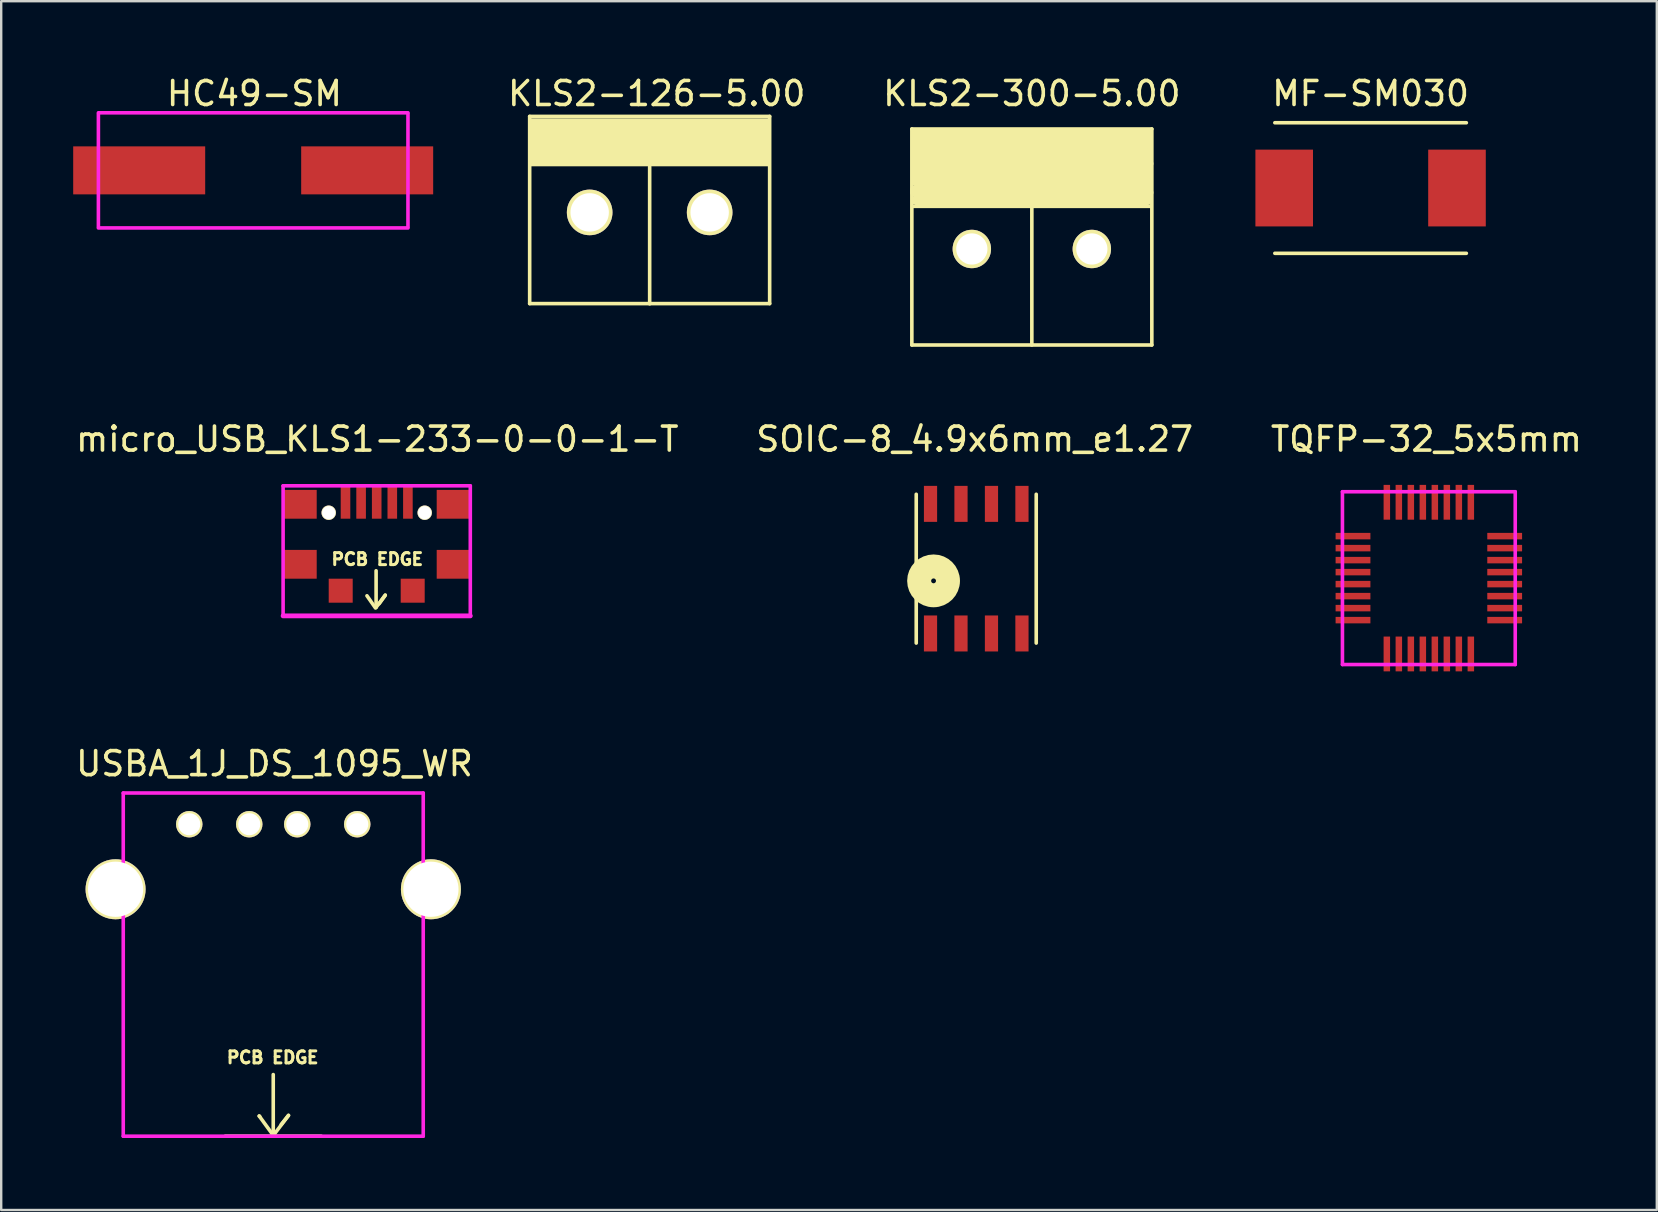
<source format=kicad_pcb>
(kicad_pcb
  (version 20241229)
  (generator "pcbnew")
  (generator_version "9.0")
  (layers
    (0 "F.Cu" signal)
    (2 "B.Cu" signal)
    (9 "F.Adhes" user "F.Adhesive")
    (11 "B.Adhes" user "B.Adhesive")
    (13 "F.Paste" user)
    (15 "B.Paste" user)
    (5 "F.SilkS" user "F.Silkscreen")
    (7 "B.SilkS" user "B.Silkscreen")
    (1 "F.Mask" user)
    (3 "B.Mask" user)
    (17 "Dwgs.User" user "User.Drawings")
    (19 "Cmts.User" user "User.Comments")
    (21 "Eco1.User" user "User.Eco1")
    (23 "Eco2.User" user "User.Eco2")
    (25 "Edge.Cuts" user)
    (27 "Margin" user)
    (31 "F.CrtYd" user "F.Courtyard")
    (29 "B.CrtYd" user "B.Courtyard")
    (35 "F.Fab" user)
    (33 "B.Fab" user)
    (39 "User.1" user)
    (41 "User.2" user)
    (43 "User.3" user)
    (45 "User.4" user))
  (footprint "KLS2-126-5.00"
    (layer "F.Cu")
    (at 21.521 5.801)
    (property "Reference" "KLS2-126-5.00" (at 2.794 -4.953 0) (layer "F.SilkS") (effects (font (size 1 1) (thickness 0.15))))
    (attr through_hole)
    (fp_line (start -2.5 -4) (end -2.5 3.8) (stroke (width 0.15) (type solid)) (layer "F.SilkS"))
    (fp_line (start -2.5 -4) (end 7.5 -4) (stroke (width 0.15) (type solid)) (layer "F.SilkS"))
    (fp_line (start -2.5 3.8) (end 7.5 3.8) (stroke (width 0.15) (type solid)) (layer "F.SilkS"))
    (fp_line (start 2.5 -1.905) (end 2.5 3.81) (stroke (width 0.15) (type solid)) (layer "F.SilkS"))
    (fp_line (start 7.5 3.8) (end 7.5 -4) (stroke (width 0.15) (type solid)) (layer "F.SilkS"))
    (pad "" connect rect (at 2.54 -2.921) (size 10 2) (layers "F.SilkS"))
    (pad "1" thru_hole circle (at 0 0) (size 1.9 1.9) (drill 1.6) (layers "*.Cu" "*.Mask" "F.SilkS"))
    (pad "2" thru_hole circle (at 5 0) (size 1.9 1.9) (drill 1.6) (layers "*.Cu" "*.Mask" "F.SilkS")))
  (footprint "KLS2-300-5.00"
    (layer "F.Cu")
    (at 39.946 7.325)
    (property "Reference" "KLS2-300-5.00" (at 0 -6.477 0) (layer "F.SilkS") (effects (font (size 1 1) (thickness 0.15))))
    (attr through_hole)
    (fp_line (start -5 -5) (end -5 4) (stroke (width 0.15) (type solid)) (layer "F.SilkS"))
    (fp_line (start -5 4) (end 5 4) (stroke (width 0.15) (type solid)) (layer "F.SilkS"))
    (fp_line (start -4.953 -1.778) (end 4.953 -1.778) (stroke (width 0.15) (type solid)) (layer "F.SilkS"))
    (fp_line (start -4.889 -2.477) (end 4.826 -2.477) (stroke (width 0.35) (type solid)) (layer "F.SilkS"))
    (fp_line (start -4.889 -2.349) (end 4.889 -2.349) (stroke (width 0.35) (type solid)) (layer "F.SilkS"))
    (fp_line (start -4.826 -4.826) (end 4.826 -4.826) (stroke (width 0.35) (type solid)) (layer "F.SilkS"))
    (fp_line (start -4.826 -4.508) (end -4.826 -4.826) (stroke (width 0.35) (type solid)) (layer "F.SilkS"))
    (fp_line (start -4.826 -4.255) (end 4.826 -4.255) (stroke (width 0.35) (type solid)) (layer "F.SilkS"))
    (fp_line (start -4.826 -4) (end -4.826 -4.255) (stroke (width 0.35) (type solid)) (layer "F.SilkS"))
    (fp_line (start -4.826 -3.81) (end 4.826 -3.81) (stroke (width 0.35) (type solid)) (layer "F.SilkS"))
    (fp_line (start -4.826 -3.619) (end -4.763 -3.683) (stroke (width 0.35) (type solid)) (layer "F.SilkS"))
    (fp_line (start -4.826 -3.302) (end -4.826 -3.619) (stroke (width 0.35) (type solid)) (layer "F.SilkS"))
    (fp_line (start -4.826 -3.048) (end 4.826 -3.048) (stroke (width 0.35) (type solid)) (layer "F.SilkS"))
    (fp_line (start -4.826 -2.794) (end -4.826 -3.048) (stroke (width 0.35) (type solid)) (layer "F.SilkS"))
    (fp_line (start -4.826 -2.032) (end 4.826 -2.032) (stroke (width 0.4) (type solid)) (layer "F.SilkS"))
    (fp_line (start 0 -1.778) (end 0 4) (stroke (width 0.15) (type solid)) (layer "F.SilkS"))
    (fp_line (start 4.826 -4.826) (end 4.826 -4.699) (stroke (width 0.35) (type solid)) (layer "F.SilkS"))
    (fp_line (start 4.826 -4.508) (end -4.826 -4.508) (stroke (width 0.35) (type solid)) (layer "F.SilkS"))
    (fp_line (start 4.826 -4.255) (end 4.826 -4.508) (stroke (width 0.35) (type solid)) (layer "F.SilkS"))
    (fp_line (start 4.826 -4) (end -4.826 -4) (stroke (width 0.35) (type solid)) (layer "F.SilkS"))
    (fp_line (start 4.826 -3.81) (end 4.826 -4) (stroke (width 0.35) (type solid)) (layer "F.SilkS"))
    (fp_line (start 4.826 -3.302) (end -4.826 -3.302) (stroke (width 0.35) (type solid)) (layer "F.SilkS"))
    (fp_line (start 4.826 -3.048) (end 4.826 -3.302) (stroke (width 0.35) (type solid)) (layer "F.SilkS"))
    (fp_line (start 4.826 -2.794) (end -4.826 -2.794) (stroke (width 0.35) (type solid)) (layer "F.SilkS"))
    (fp_line (start 4.826 -2.477) (end 4.826 -2.794) (stroke (width 0.35) (type solid)) (layer "F.SilkS"))
    (fp_line (start 4.889 -3.556) (end -4.826 -3.556) (stroke (width 0.35) (type solid)) (layer "F.SilkS"))
    (fp_line (start 5 -5) (end -5 -5) (stroke (width 0.15) (type solid)) (layer "F.SilkS"))
    (fp_line (start 5 4) (end 5 -5) (stroke (width 0.15) (type solid)) (layer "F.SilkS"))
    (pad "1" thru_hole circle (at -2.5 0) (size 1.6 1.6) (drill 1.3) (layers "*.Cu" "*.Mask" "F.SilkS"))
    (pad "2" thru_hole circle (at 2.5 0) (size 1.6 1.6) (drill 1.3) (layers "*.Cu" "*.Mask" "F.SilkS")))
  (footprint "micro_USB_KLS1-233-0-0-1-T"
    (layer "F.Cu")
    (at 12.647 22.614)
    (property "Reference" "micro_USB_KLS1-233-0-0-1-T" (at 0.025 -7.366 0) (layer "F.SilkS") (effects (font (size 1 1) (thickness 0.15))))
    (attr through_hole)
    (fp_line (start -0.051 -0.33) (end -0.406 -0.838) (stroke (width 0.15) (type solid)) (layer "F.SilkS"))
    (fp_line (start -0.025 -1.88) (end -0.025 -0.356) (stroke (width 0.15) (type solid)) (layer "F.SilkS"))
    (fp_line (start -0.025 -0.356) (end 0.356 -0.864) (stroke (width 0.15) (type solid)) (layer "F.SilkS"))
    (fp_line (start 0.356 -0.864) (end 0.102 -0.508) (stroke (width 0.15) (type solid)) (layer "F.SilkS"))
    (fp_line (start 1.702 0) (end -1.575 0) (stroke (width 0.15) (type solid)) (layer "F.SilkS"))
    (fp_line (start -3.9 -5.42) (end -3.9 0) (stroke (width 0.15) (type solid)) (layer "F.CrtYd"))
    (fp_line (start -3.9 0) (end 3.9 0) (stroke (width 0.2) (type solid)) (layer "F.CrtYd"))
    (fp_line (start 3.9 -5.42) (end -3.9 -5.42) (stroke (width 0.15) (type solid)) (layer "F.CrtYd"))
    (fp_line (start 3.9 0) (end 3.9 -5.42) (stroke (width 0.15) (type solid)) (layer "F.CrtYd"))
    (fp_text user "PCB EDGE" (at 0.025 -2.362 0) (layer "F.SilkS") (effects (font (size 0.5 0.5) (thickness 0.125))))
    (pad "0" smd rect (at -3.2 -4.65) (size 1.4 1.2) (layers "F.Cu" "F.Mask" "F.Paste"))
    (pad "0" smd rect (at -3.2 -2.15) (size 1.4 1.2) (layers "F.Cu" "F.Mask" "F.Paste"))
    (pad "0" thru_hole circle (at -2 -4.3) (size 0.6 0.6) (drill 0.55) (layers "*.Cu" "*.Mask" "F.SilkS"))
    (pad "0" smd rect (at -1.5 -1.05) (size 1 1) (layers "F.Cu" "F.Mask" "F.Paste"))
    (pad "0" smd rect (at 1.5 -1.05) (size 1 1) (layers "F.Cu" "F.Mask" "F.Paste"))
    (pad "0" thru_hole circle (at 2 -4.3) (size 0.6 0.6) (drill 0.55) (layers "*.Cu" "*.Mask" "F.SilkS"))
    (pad "0" smd rect (at 3.2 -4.65) (size 1.4 1.2) (layers "F.Cu" "F.Mask" "F.Paste"))
    (pad "0" smd rect (at 3.2 -2.15) (size 1.4 1.2) (layers "F.Cu" "F.Mask" "F.Paste"))
    (pad "1" smd rect (at -1.3 -4.75) (size 0.4 1.4) (layers "F.Cu" "F.Mask" "F.Paste"))
    (pad "2" smd rect (at -0.65 -4.75) (size 0.4 1.4) (layers "F.Cu" "F.Mask" "F.Paste"))
    (pad "3" smd rect (at 0 -4.75) (size 0.4 1.4) (layers "F.Cu" "F.Mask" "F.Paste"))
    (pad "4" smd rect (at 0.65 -4.75) (size 0.4 1.4) (layers "F.Cu" "F.Mask" "F.Paste"))
    (pad "5" smd rect (at 1.3 -4.75) (size 0.4 1.4) (layers "F.Cu" "F.Mask" "F.Paste")))
  (footprint "USBA_1J_DS_1095_WR"
    (layer "F.Cu")
    (at 8.336 34.005)
    (property "Reference" "USBA_1J_DS_1095_WR" (at 0.051 -5.232 0) (layer "F.SilkS") (effects (font (size 1 1) (thickness 0.15))))
    (attr through_hole)
    (fp_line (start -2 10.29) (end 2 10.29) (stroke (width 0.15) (type solid)) (layer "F.SilkS"))
    (fp_line (start -0.584 9.449) (end -0.559 9.474) (stroke (width 0.15) (type solid)) (layer "F.SilkS"))
    (fp_line (start 0 7.722) (end 0 10.262) (stroke (width 0.15) (type solid)) (layer "F.SilkS"))
    (fp_line (start 0 10.262) (end 0.635 9.423) (stroke (width 0.15) (type solid)) (layer "F.SilkS"))
    (fp_line (start 0.025 10.287) (end -0.584 9.449) (stroke (width 0.15) (type solid)) (layer "F.SilkS"))
    (fp_line (start 0.635 9.423) (end 0.33 9.804) (stroke (width 0.15) (type solid)) (layer "F.SilkS"))
    (fp_line (start -6.25 -4.01) (end 6.25 -4.01) (stroke (width 0.15) (type solid)) (layer "F.CrtYd"))
    (fp_line (start -6.25 10.29) (end -6.25 -4.01) (stroke (width 0.15) (type solid)) (layer "F.CrtYd"))
    (fp_line (start 6.25 -4.01) (end 6.25 10.29) (stroke (width 0.15) (type solid)) (layer "F.CrtYd"))
    (fp_line (start 6.25 10.29) (end -6.25 10.29) (stroke (width 0.15) (type solid)) (layer "F.CrtYd"))
    (fp_text user "PCB EDGE" (at -0.025 7.01 0) (layer "F.SilkS") (effects (font (size 0.5 0.5) (thickness 0.125))))
    (pad "0" thru_hole circle (at -6.57 0) (size 2.5 2.5) (drill 2.3) (layers "*.Cu" "*.Mask" "F.SilkS"))
    (pad "0" thru_hole circle (at 6.57 0) (size 2.5 2.5) (drill 2.3) (layers "*.Cu" "*.Mask" "F.SilkS"))
    (pad "1" thru_hole circle (at -3.5 -2.71) (size 1.1 1.1) (drill 0.92) (layers "*.Cu" "*.Mask" "F.SilkS"))
    (pad "2" thru_hole circle (at -1 -2.71) (size 1.1 1.1) (drill 0.92) (layers "*.Cu" "*.Mask" "F.SilkS"))
    (pad "3" thru_hole circle (at 1 -2.71) (size 1.1 1.1) (drill 0.92) (layers "*.Cu" "*.Mask" "F.SilkS"))
    (pad "4" thru_hole circle (at 3.5 -2.71) (size 1.1 1.1) (drill 0.92) (layers "*.Cu" "*.Mask" "F.SilkS")))
  (footprint "MF-SM030"
    (layer "F.Cu")
    (at 54.062 4.785)
    (property "Reference" "MF-SM030" (at 0 -3.937 0) (layer "F.SilkS") (effects (font (size 1 1) (thickness 0.15))))
    (attr through_hole)
    (fp_line (start -3.99 -2.72) (end 3.99 -2.72) (stroke (width 0.15) (type solid)) (layer "F.SilkS"))
    (fp_line (start -3.99 2.72) (end 3.99 2.72) (stroke (width 0.15) (type solid)) (layer "F.SilkS"))
    (pad "1" smd rect (at -3.6 0) (size 2.4 3.2) (layers "F.Cu" "F.Mask" "F.Paste"))
    (pad "2" smd rect (at 3.6 0) (size 2.4 3.2) (layers "F.Cu" "F.Mask" "F.Paste")))
  (footprint "TQFP-32_5x5mm"
    (layer "F.Cu")
    (at 56.489 21.04)
    (property "Reference" "TQFP-32_5x5mm" (at -0.102 -5.791 0) (layer "F.SilkS") (effects (font (size 1 1) (thickness 0.15))))
    (attr through_hole)
    (fp_line (start -3.6 -3.6) (end 3.6 -3.6) (stroke (width 0.15) (type solid)) (layer "F.CrtYd"))
    (fp_line (start -3.6 3.6) (end -3.6 -3.6) (stroke (width 0.15) (type solid)) (layer "F.CrtYd"))
    (fp_line (start 3.6 -3.6) (end 3.6 3.6) (stroke (width 0.15) (type solid)) (layer "F.CrtYd"))
    (fp_line (start 3.6 3.6) (end -3.6 3.6) (stroke (width 0.15) (type solid)) (layer "F.CrtYd"))
    (pad "1" smd rect (at -1.75 3.16) (size 0.27 1.45) (layers "F.Cu" "F.Mask" "F.Paste"))
    (pad "2" smd rect (at -1.25 3.16) (size 0.27 1.45) (layers "F.Cu" "F.Mask" "F.Paste"))
    (pad "3" smd rect (at -0.75 3.16) (size 0.27 1.45) (layers "F.Cu" "F.Mask" "F.Paste"))
    (pad "4" smd rect (at -0.25 3.16) (size 0.27 1.45) (layers "F.Cu" "F.Mask" "F.Paste"))
    (pad "5" smd rect (at 0.25 3.16) (size 0.27 1.45) (layers "F.Cu" "F.Mask" "F.Paste"))
    (pad "6" smd rect (at 0.75 3.16) (size 0.27 1.45) (layers "F.Cu" "F.Mask" "F.Paste"))
    (pad "7" smd rect (at 1.25 3.16) (size 0.27 1.45) (layers "F.Cu" "F.Mask" "F.Paste"))
    (pad "8" smd rect (at 1.75 3.16) (size 0.27 1.45) (layers "F.Cu" "F.Mask" "F.Paste"))
    (pad "9" smd rect (at 3.16 1.75 90) (size 0.27 1.45) (layers "F.Cu" "F.Mask" "F.Paste"))
    (pad "10" smd rect (at 3.16 1.25 90) (size 0.27 1.45) (layers "F.Cu" "F.Mask" "F.Paste"))
    (pad "11" smd rect (at 3.16 0.75 90) (size 0.27 1.45) (layers "F.Cu" "F.Mask" "F.Paste"))
    (pad "12" smd rect (at 3.16 0.25 90) (size 0.27 1.45) (layers "F.Cu" "F.Mask" "F.Paste"))
    (pad "13" smd rect (at 3.16 -0.25 90) (size 0.27 1.45) (layers "F.Cu" "F.Mask" "F.Paste"))
    (pad "14" smd rect (at 3.16 -0.75 90) (size 0.27 1.45) (layers "F.Cu" "F.Mask" "F.Paste"))
    (pad "15" smd rect (at 3.16 -1.25 90) (size 0.27 1.45) (layers "F.Cu" "F.Mask" "F.Paste"))
    (pad "16" smd rect (at 3.16 -1.75 90) (size 0.27 1.45) (layers "F.Cu" "F.Mask" "F.Paste"))
    (pad "17" smd rect (at 1.75 -3.16) (size 0.27 1.45) (layers "F.Cu" "F.Mask" "F.Paste"))
    (pad "18" smd rect (at 1.25 -3.16) (size 0.27 1.45) (layers "F.Cu" "F.Mask" "F.Paste"))
    (pad "19" smd rect (at 0.75 -3.16) (size 0.27 1.45) (layers "F.Cu" "F.Mask" "F.Paste"))
    (pad "20" smd rect (at 0.25 -3.16) (size 0.27 1.45) (layers "F.Cu" "F.Mask" "F.Paste"))
    (pad "21" smd rect (at -0.25 -3.16) (size 0.27 1.45) (layers "F.Cu" "F.Mask" "F.Paste"))
    (pad "22" smd rect (at -0.75 -3.16) (size 0.27 1.45) (layers "F.Cu" "F.Mask" "F.Paste"))
    (pad "23" smd rect (at -1.25 -3.16) (size 0.27 1.45) (layers "F.Cu" "F.Mask" "F.Paste"))
    (pad "24" smd rect (at -1.75 -3.16) (size 0.27 1.45) (layers "F.Cu" "F.Mask" "F.Paste"))
    (pad "25" smd rect (at -3.16 -1.75 90) (size 0.27 1.45) (layers "F.Cu" "F.Mask" "F.Paste"))
    (pad "26" smd rect (at -3.16 -1.25 90) (size 0.27 1.45) (layers "F.Cu" "F.Mask" "F.Paste"))
    (pad "27" smd rect (at -3.16 -0.75 90) (size 0.27 1.45) (layers "F.Cu" "F.Mask" "F.Paste"))
    (pad "28" smd rect (at -3.16 -0.25 90) (size 0.27 1.45) (layers "F.Cu" "F.Mask" "F.Paste"))
    (pad "29" smd rect (at -3.16 0.25 90) (size 0.27 1.45) (layers "F.Cu" "F.Mask" "F.Paste"))
    (pad "30" smd rect (at -3.16 0.75 90) (size 0.27 1.45) (layers "F.Cu" "F.Mask" "F.Paste"))
    (pad "31" smd rect (at -3.16 1.25 90) (size 0.27 1.45) (layers "F.Cu" "F.Mask" "F.Paste"))
    (pad "32" smd rect (at -3.16 1.75 90) (size 0.27 1.45) (layers "F.Cu" "F.Mask" "F.Paste")))
  (footprint "SOIC-8_4.9x6mm_e1.27"
    (layer "F.Cu")
    (at 37.629 20.646)
    (property "Reference" "SOIC-8_4.9x6mm_e1.27" (at -0.064 -5.397 0) (layer "F.SilkS") (effects (font (size 1 1) (thickness 0.15))))
    (attr through_hole)
    (fp_line (start -2.5 3.1) (end -2.5 -3.1) (stroke (width 0.15) (type solid)) (layer "F.SilkS"))
    (fp_line (start 2.5 -3.1) (end 2.5 3.1) (stroke (width 0.15) (type solid)) (layer "F.SilkS"))
    (fp_circle (center -1.778 0.508) (end -1.678 0.518) (stroke (width 1) (type solid)) (fill no) (layer "F.SilkS"))
    (pad "1" smd rect (at -1.905 2.7) (size 0.55 1.5) (layers "F.Cu" "F.Mask" "F.Paste"))
    (pad "2" smd rect (at -0.635 2.7) (size 0.55 1.5) (layers "F.Cu" "F.Mask" "F.Paste"))
    (pad "3" smd rect (at 0.635 2.7) (size 0.55 1.5) (layers "F.Cu" "F.Mask" "F.Paste"))
    (pad "4" smd rect (at 1.905 2.7) (size 0.55 1.5) (layers "F.Cu" "F.Mask" "F.Paste"))
    (pad "5" smd rect (at 1.905 -2.7) (size 0.55 1.5) (layers "F.Cu" "F.Mask" "F.Paste"))
    (pad "6" smd rect (at 0.635 -2.7) (size 0.55 1.5) (layers "F.Cu" "F.Mask" "F.Paste"))
    (pad "7" smd rect (at -0.635 -2.7) (size 0.55 1.5) (layers "F.Cu" "F.Mask" "F.Paste"))
    (pad "8" smd rect (at -1.905 -2.7) (size 0.55 1.5) (layers "F.Cu" "F.Mask" "F.Paste")))
  (footprint "HC49-SM"
    (layer "F.Cu")
    (at 7.5 4.049)
    (property "Reference" "HC49-SM" (at 0.051 -3.2 0) (layer "F.SilkS") (effects (font (size 1 1) (thickness 0.15))))
    (attr through_hole)
    (fp_line (start -6.45 -2.4) (end 6.45 -2.4) (stroke (width 0.15) (type solid)) (layer "F.CrtYd"))
    (fp_line (start -6.45 2.35) (end -6.45 -2.35) (stroke (width 0.15) (type solid)) (layer "F.CrtYd"))
    (fp_line (start 6.45 -2.35) (end 6.45 2.35) (stroke (width 0.15) (type solid)) (layer "F.CrtYd"))
    (fp_line (start 6.45 2.4) (end -6.45 2.4) (stroke (width 0.15) (type solid)) (layer "F.CrtYd"))
    (pad "1" smd rect (at -4.75 0) (size 5.5 2) (layers "F.Cu" "F.Mask" "F.Paste"))
    (pad "2" smd rect (at 4.75 0) (size 5.5 2) (layers "F.Cu" "F.Mask" "F.Paste")))
  (gr_rect
    (start -3 -3)
    (end 65.988 47.37)
    (stroke (width 0.1) (type default))
    (fill no)
    (layer "Edge.Cuts")))
</source>
